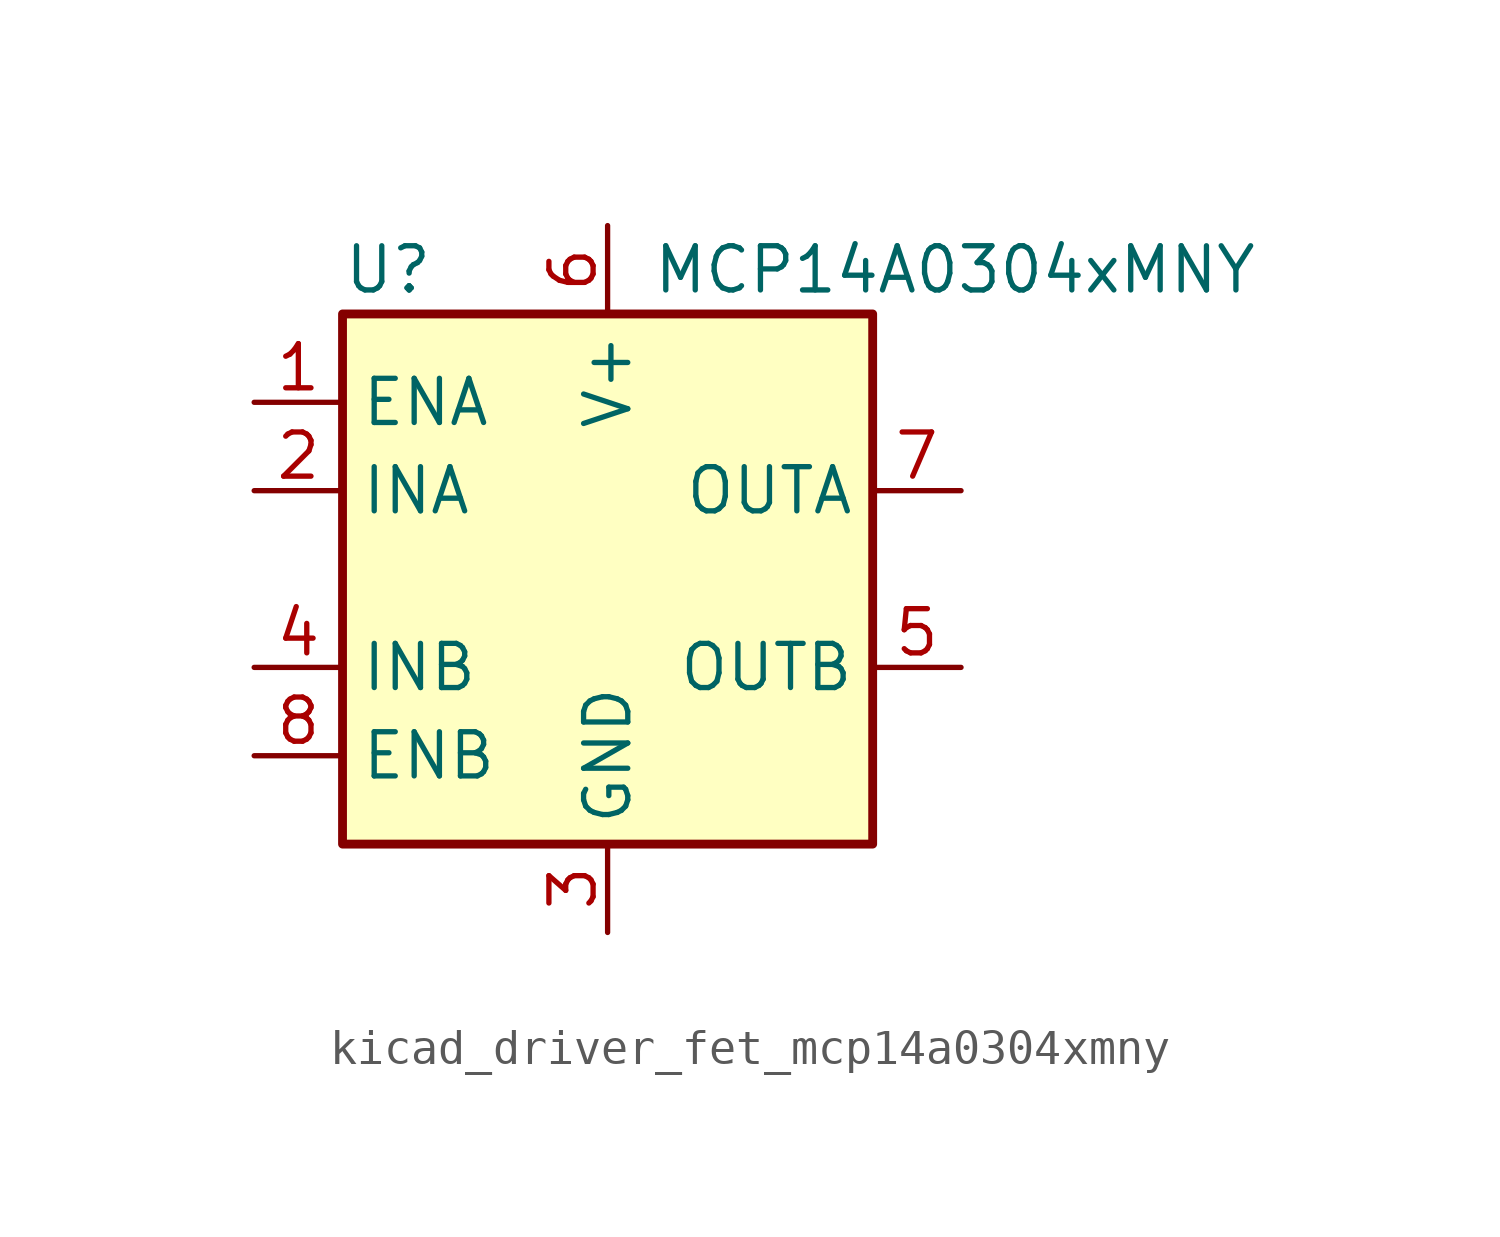
<source format=kicad_sym>
(kicad_symbol_lib
  (version 20220914)
  (generator kicad_symbol_editor)
  (symbol "kicad_driver_fet_mcp14a0304xmny"
    (property "Reference" "U"
      (at -7.62 8.89 0)
      (effects (font (size 1.27 1.27)) (justify left)))
    (property "Value" "MCP14A0304xMNY"
      (at 1.27 8.89 0)
      (effects (font (size 1.27 1.27)) (justify left)))
    (symbol "kicad_driver_fet_mcp14a0304xmny_0_1"
      (rectangle (start -7.62 -7.62) (end 7.62 7.62) (stroke (width 0.254) (type default)) (fill (type background))))
    (symbol "kicad_driver_fet_mcp14a0304xmny_1_1"
      (pin input line (at -10.16 5.08 0) (length 2.54) (name "ENA" (effects (font (size 1.27 1.27)))) (number "1" (effects (font (size 1.27 1.27)))))
      (pin input line (at -10.16 2.54 0) (length 2.54) (name "INA" (effects (font (size 1.27 1.27)))) (number "2" (effects (font (size 1.27 1.27)))))
      (pin power_in line (at 0 -10.16 90) (length 2.54) (name "GND" (effects (font (size 1.27 1.27)))) (number "3" (effects (font (size 1.27 1.27)))))
      (pin input line (at -10.16 -2.54 0) (length 2.54) (name "INB" (effects (font (size 1.27 1.27)))) (number "4" (effects (font (size 1.27 1.27)))))
      (pin output line (at 10.16 -2.54 180) (length 2.54) (name "OUTB" (effects (font (size 1.27 1.27)))) (number "5" (effects (font (size 1.27 1.27)))))
      (pin power_in line (at 0 10.16 270) (length 2.54) (name "V+" (effects (font (size 1.27 1.27)))) (number "6" (effects (font (size 1.27 1.27)))))
      (pin output line (at 10.16 2.54 180) (length 2.54) (name "OUTA" (effects (font (size 1.27 1.27)))) (number "7" (effects (font (size 1.27 1.27)))))
      (pin input line (at -10.16 -5.08 0) (length 2.54) (name "ENB" (effects (font (size 1.27 1.27)))) (number "8" (effects (font (size 1.27 1.27)))))
      (pin passive line (at 0 -10.16 90) (length 2.54) hide (name "GND" (effects (font (size 1.27 1.27)))) (number "9" (effects (font (size 1.27 1.27))))))))
</source>
